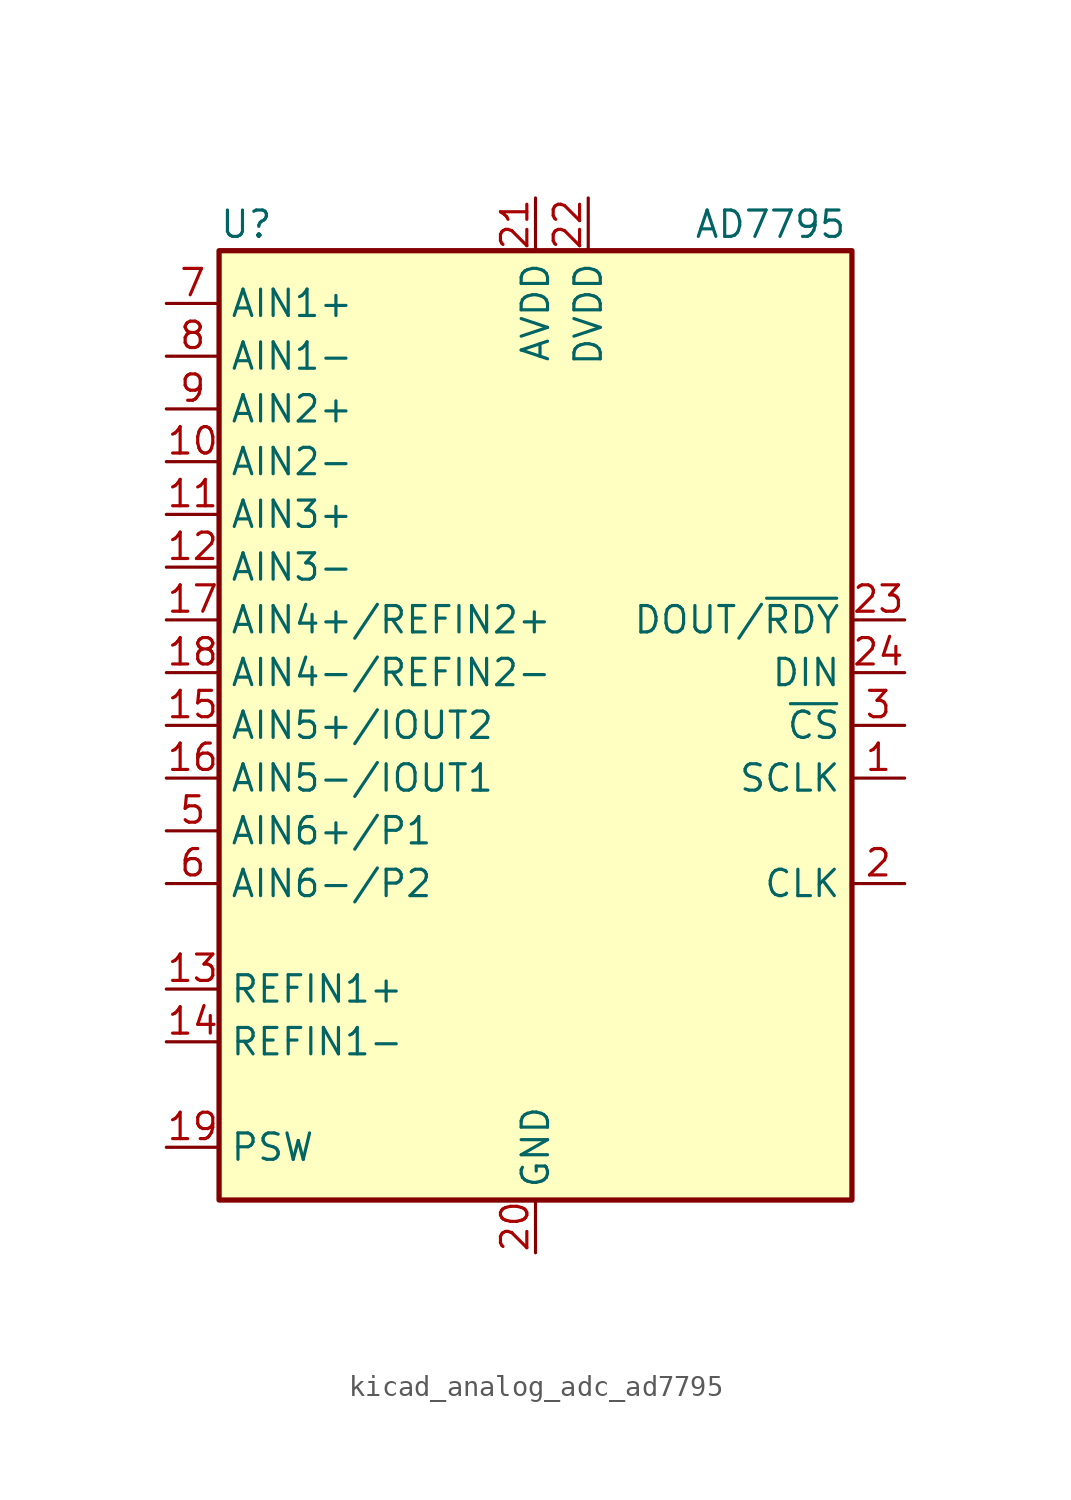
<source format=kicad_sym>
(kicad_symbol_lib
  (version 20220914)
  (generator kicad_symbol_editor)
  (symbol "kicad_analog_adc_ad7795"
    (property "Reference" "U"
      (at -15.24 24.13 0)
      (effects (font (size 1.27 1.27)) (justify left)))
    (property "Value" "AD7795"
      (at 7.62 24.13 0)
      (effects (font (size 1.27 1.27)) (justify left)))
    (symbol "kicad_analog_adc_ad7795_0_1"
      (rectangle (start -15.24 22.86) (end 15.24 -22.86) (stroke (width 0.254) (type default)) (fill (type background))))
    (symbol "kicad_analog_adc_ad7795_1_1"
      (pin input line (at 17.78 -2.54 180) (length 2.54) (name "SCLK" (effects (font (size 1.27 1.27)))) (number "1" (effects (font (size 1.27 1.27)))))
      (pin input line (at -17.78 12.7 0) (length 2.54) (name "AIN2-" (effects (font (size 1.27 1.27)))) (number "10" (effects (font (size 1.27 1.27)))))
      (pin input line (at -17.78 10.16 0) (length 2.54) (name "AIN3+" (effects (font (size 1.27 1.27)))) (number "11" (effects (font (size 1.27 1.27)))))
      (pin input line (at -17.78 7.62 0) (length 2.54) (name "AIN3-" (effects (font (size 1.27 1.27)))) (number "12" (effects (font (size 1.27 1.27)))))
      (pin input line (at -17.78 -12.7 0) (length 2.54) (name "REFIN1+" (effects (font (size 1.27 1.27)))) (number "13" (effects (font (size 1.27 1.27)))))
      (pin input line (at -17.78 -15.24 0) (length 2.54) (name "REFIN1-" (effects (font (size 1.27 1.27)))) (number "14" (effects (font (size 1.27 1.27)))))
      (pin input line (at -17.78 0 0) (length 2.54) (name "AIN5+/IOUT2" (effects (font (size 1.27 1.27)))) (number "15" (effects (font (size 1.27 1.27)))))
      (pin input line (at -17.78 -2.54 0) (length 2.54) (name "AIN5-/IOUT1" (effects (font (size 1.27 1.27)))) (number "16" (effects (font (size 1.27 1.27)))))
      (pin input line (at -17.78 5.08 0) (length 2.54) (name "AIN4+/REFIN2+" (effects (font (size 1.27 1.27)))) (number "17" (effects (font (size 1.27 1.27)))))
      (pin input line (at -17.78 2.54 0) (length 2.54) (name "AIN4-/REFIN2-" (effects (font (size 1.27 1.27)))) (number "18" (effects (font (size 1.27 1.27)))))
      (pin passive line (at -17.78 -20.32 0) (length 2.54) (name "PSW" (effects (font (size 1.27 1.27)))) (number "19" (effects (font (size 1.27 1.27)))))
      (pin bidirectional line (at 17.78 -7.62 180) (length 2.54) (name "CLK" (effects (font (size 1.27 1.27)))) (number "2" (effects (font (size 1.27 1.27)))))
      (pin power_in line (at 0 -25.4 90) (length 2.54) (name "GND" (effects (font (size 1.27 1.27)))) (number "20" (effects (font (size 1.27 1.27)))))
      (pin power_in line (at 0 25.4 270) (length 2.54) (name "AVDD" (effects (font (size 1.27 1.27)))) (number "21" (effects (font (size 1.27 1.27)))))
      (pin power_in line (at 2.54 25.4 270) (length 2.54) (name "DVDD" (effects (font (size 1.27 1.27)))) (number "22" (effects (font (size 1.27 1.27)))))
      (pin output line (at 17.78 5.08 180) (length 2.54) (name "DOUT/~{RDY}" (effects (font (size 1.27 1.27)))) (number "23" (effects (font (size 1.27 1.27)))))
      (pin input line (at 17.78 2.54 180) (length 2.54) (name "DIN" (effects (font (size 1.27 1.27)))) (number "24" (effects (font (size 1.27 1.27)))))
      (pin input line (at 17.78 0 180) (length 2.54) (name "~{CS}" (effects (font (size 1.27 1.27)))) (number "3" (effects (font (size 1.27 1.27)))))
      (pin no_connect line (at 15.24 -20.32 180) (length 2.54) hide (name "NC" (effects (font (size 1.27 1.27)))) (number "4" (effects (font (size 1.27 1.27)))))
      (pin input line (at -17.78 -5.08 0) (length 2.54) (name "AIN6+/P1" (effects (font (size 1.27 1.27)))) (number "5" (effects (font (size 1.27 1.27)))))
      (pin input line (at -17.78 -7.62 0) (length 2.54) (name "AIN6-/P2" (effects (font (size 1.27 1.27)))) (number "6" (effects (font (size 1.27 1.27)))))
      (pin input line (at -17.78 20.32 0) (length 2.54) (name "AIN1+" (effects (font (size 1.27 1.27)))) (number "7" (effects (font (size 1.27 1.27)))))
      (pin input line (at -17.78 17.78 0) (length 2.54) (name "AIN1-" (effects (font (size 1.27 1.27)))) (number "8" (effects (font (size 1.27 1.27)))))
      (pin input line (at -17.78 15.24 0) (length 2.54) (name "AIN2+" (effects (font (size 1.27 1.27)))) (number "9" (effects (font (size 1.27 1.27))))))))
</source>
